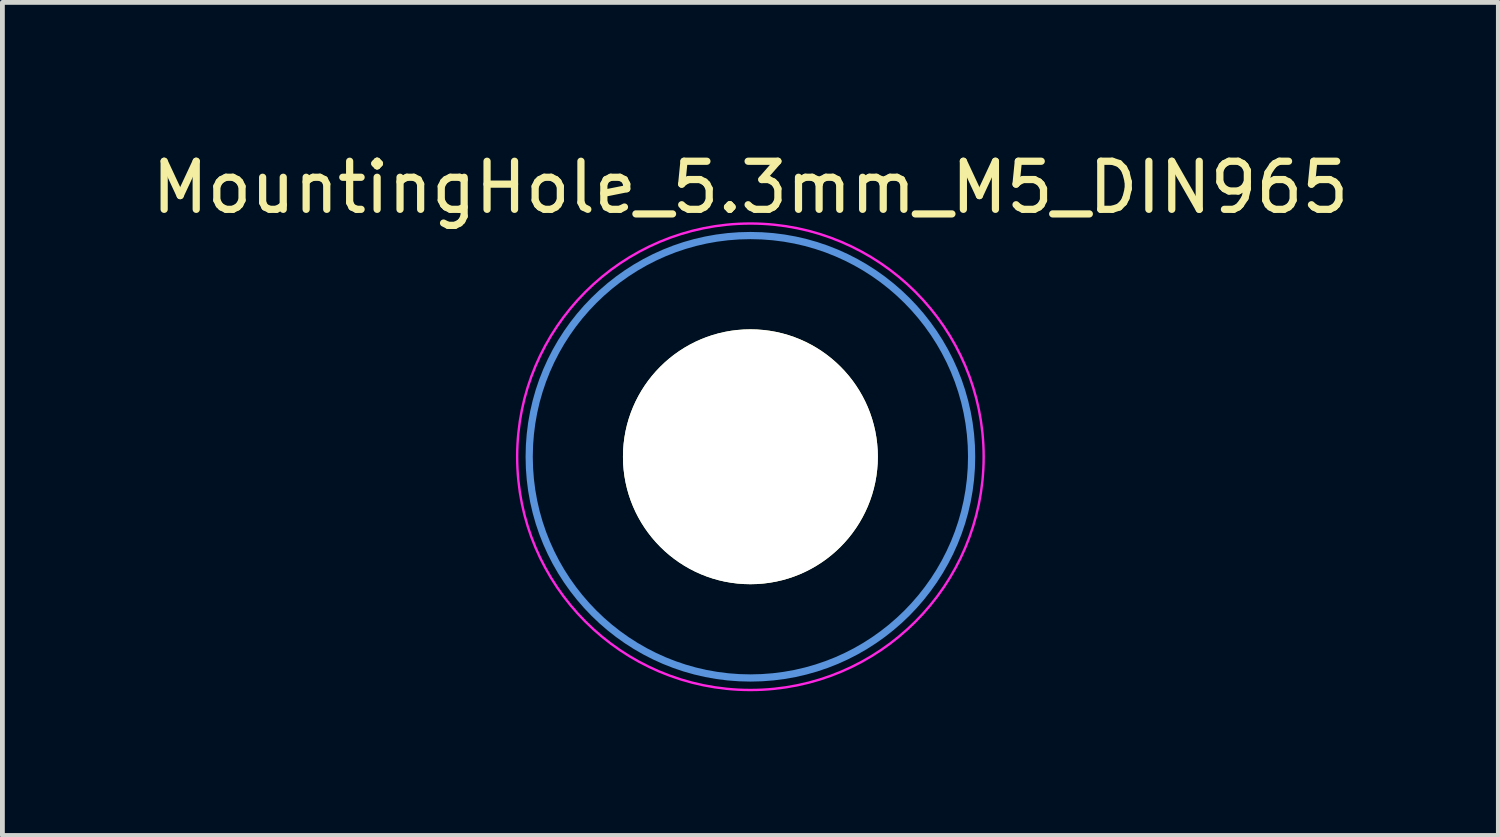
<source format=kicad_pcb>
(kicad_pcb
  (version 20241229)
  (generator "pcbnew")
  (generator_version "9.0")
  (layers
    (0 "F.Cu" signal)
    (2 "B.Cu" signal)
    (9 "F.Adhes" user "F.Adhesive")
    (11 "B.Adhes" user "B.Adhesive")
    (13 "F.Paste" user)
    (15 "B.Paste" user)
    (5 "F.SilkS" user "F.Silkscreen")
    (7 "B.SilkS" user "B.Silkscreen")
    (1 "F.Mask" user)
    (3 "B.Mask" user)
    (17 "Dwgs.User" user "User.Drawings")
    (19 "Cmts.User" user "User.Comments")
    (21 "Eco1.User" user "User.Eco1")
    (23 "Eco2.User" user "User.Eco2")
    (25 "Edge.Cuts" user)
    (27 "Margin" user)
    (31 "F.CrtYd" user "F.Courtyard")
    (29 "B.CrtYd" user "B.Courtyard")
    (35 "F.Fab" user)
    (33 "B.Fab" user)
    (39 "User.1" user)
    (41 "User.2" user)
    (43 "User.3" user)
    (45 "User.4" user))
  (footprint "MountingHole_5.3mm_M5_DIN965"
    (layer "F.Cu")
    (at 12.554 6.448)
    (property "Reference" "MountingHole_5.3mm_M5_DIN965" (at 0 -5.6 0) (layer "F.SilkS") (effects (font (size 1 1) (thickness 0.15))))
    (attr through_hole)
    (fp_circle (center 0 0) (end 4.6 0) (stroke (width 0.15) (type solid)) (fill no) (layer "Cmts.User"))
    (fp_circle (center 0 0) (end 4.85 0) (stroke (width 0.05) (type solid)) (fill no) (layer "F.CrtYd"))
    (pad "" np_thru_hole circle (at 0 0) (size 5.3 5.3) (drill 5.3) (layers "*.Cu" "*.Mask" "F.SilkS")))
  (gr_rect
    (start -3 -3)
    (end 28.107 14.323)
    (stroke (width 0.1) (type default))
    (fill no)
    (layer "Edge.Cuts")))
</source>
